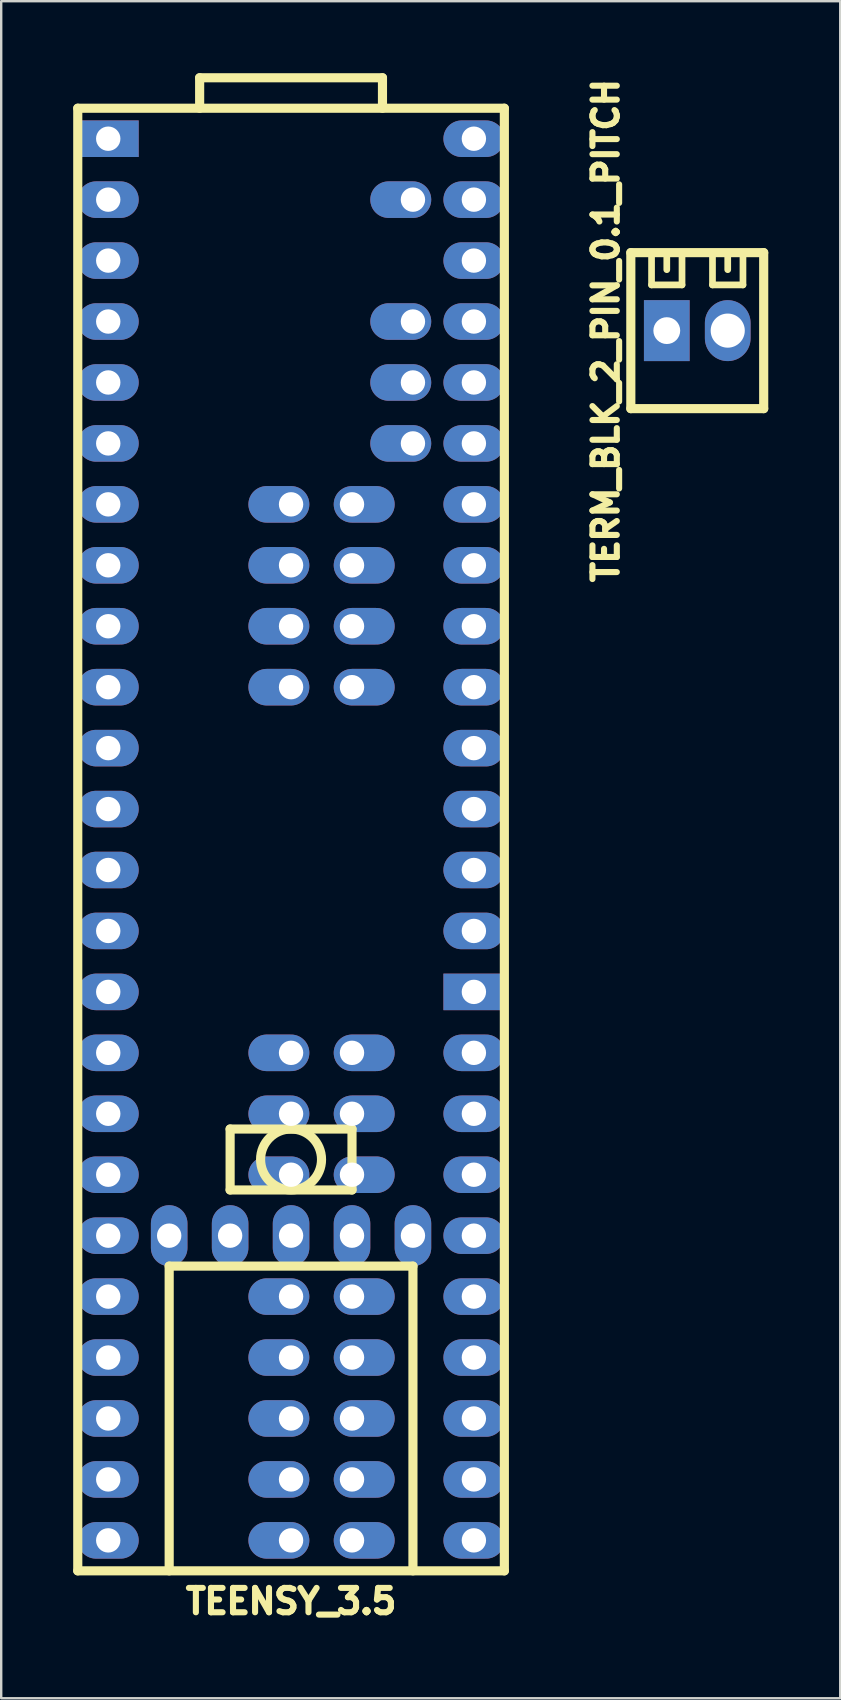
<source format=kicad_pcb>
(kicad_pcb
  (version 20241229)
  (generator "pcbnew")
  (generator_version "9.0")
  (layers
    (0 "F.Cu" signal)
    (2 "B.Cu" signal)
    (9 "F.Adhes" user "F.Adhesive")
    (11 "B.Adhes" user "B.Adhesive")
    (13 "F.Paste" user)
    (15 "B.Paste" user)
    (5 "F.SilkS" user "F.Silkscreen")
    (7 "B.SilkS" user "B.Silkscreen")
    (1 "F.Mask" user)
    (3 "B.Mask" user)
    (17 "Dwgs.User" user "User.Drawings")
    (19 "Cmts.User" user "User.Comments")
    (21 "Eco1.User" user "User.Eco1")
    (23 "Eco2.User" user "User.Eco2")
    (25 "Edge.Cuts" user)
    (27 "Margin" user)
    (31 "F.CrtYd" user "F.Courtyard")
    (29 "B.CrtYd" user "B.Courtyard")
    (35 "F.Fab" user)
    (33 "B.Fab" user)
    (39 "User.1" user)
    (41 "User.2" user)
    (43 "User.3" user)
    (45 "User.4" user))
  (footprint "TERM_BLK_2_PIN_0.1_PITCH"
    (layer "F.Cu")
    (at 26.011 10.73)
    (property "Reference" "TERM_BLK_2_PIN_0.1_PITCH" (at -3.81 0 90) (layer "F.SilkS") (effects (font (size 1.016 1.016) (thickness 0.254))))
    (attr through_hole)
    (fp_line (start -2.769 -3.251) (end -2.769 3.251) (stroke (width 0.381) (type solid)) (layer "F.SilkS"))
    (fp_line (start -2.769 -3.251) (end 2.769 -3.251) (stroke (width 0.381) (type solid)) (layer "F.SilkS"))
    (fp_line (start -2.769 3.251) (end 2.769 3.251) (stroke (width 0.381) (type solid)) (layer "F.SilkS"))
    (fp_line (start -1.905 -3.175) (end -1.905 -1.905) (stroke (width 0.279) (type solid)) (layer "F.SilkS"))
    (fp_line (start -1.905 -1.905) (end -0.635 -1.905) (stroke (width 0.279) (type solid)) (layer "F.SilkS"))
    (fp_line (start -1.27 -2.54) (end -1.27 -3.175) (stroke (width 0.279) (type solid)) (layer "F.SilkS"))
    (fp_line (start -0.635 -1.905) (end -0.635 -3.175) (stroke (width 0.279) (type solid)) (layer "F.SilkS"))
    (fp_line (start 0.635 -3.175) (end 0.635 -1.905) (stroke (width 0.279) (type solid)) (layer "F.SilkS"))
    (fp_line (start 0.635 -1.905) (end 1.905 -1.905) (stroke (width 0.279) (type solid)) (layer "F.SilkS"))
    (fp_line (start 1.27 -2.54) (end 1.27 -3.175) (stroke (width 0.279) (type solid)) (layer "F.SilkS"))
    (fp_line (start 1.905 -1.905) (end 1.905 -3.175) (stroke (width 0.279) (type solid)) (layer "F.SilkS"))
    (fp_line (start 2.769 -3.251) (end 2.769 3.251) (stroke (width 0.381) (type solid)) (layer "F.SilkS"))
    (pad "1" thru_hole rect (at -1.27 0) (size 1.905 2.54) (drill 1.118) (layers "*.Cu" "*.Mask"))
    (pad "2" thru_hole oval (at 1.27 0) (size 1.905 2.54) (drill 1.422) (layers "*.Cu" "*.Mask")))
  (footprint "TEENSY_3.5"
    (layer "F.Cu")
    (at 9.081 19.241)
    (property "Reference" "TEENSY_3.5" (at 0 44.45 0) (layer "F.SilkS") (effects (font (size 1.016 1.016) (thickness 0.254))))
    (attr through_hole)
    (fp_line (start -8.89 -17.78) (end -8.89 43.18) (stroke (width 0.381) (type solid)) (layer "F.SilkS"))
    (fp_line (start -8.89 43.18) (end 8.89 43.18) (stroke (width 0.381) (type solid)) (layer "F.SilkS"))
    (fp_line (start -5.08 30.48) (end 5.08 30.48) (stroke (width 0.381) (type solid)) (layer "F.SilkS"))
    (fp_line (start -5.08 43.18) (end -5.08 30.48) (stroke (width 0.381) (type solid)) (layer "F.SilkS"))
    (fp_line (start -3.81 -19.05) (end 3.81 -19.05) (stroke (width 0.381) (type solid)) (layer "F.SilkS"))
    (fp_line (start -3.81 -17.78) (end -3.81 -19.05) (stroke (width 0.381) (type solid)) (layer "F.SilkS"))
    (fp_line (start -2.54 24.765) (end -2.54 27.305) (stroke (width 0.381) (type solid)) (layer "F.SilkS"))
    (fp_line (start -2.54 27.305) (end 2.54 27.305) (stroke (width 0.381) (type solid)) (layer "F.SilkS"))
    (fp_line (start 2.54 24.765) (end -2.54 24.765) (stroke (width 0.381) (type solid)) (layer "F.SilkS"))
    (fp_line (start 2.54 27.305) (end 2.54 24.765) (stroke (width 0.381) (type solid)) (layer "F.SilkS"))
    (fp_line (start 3.81 -19.05) (end 3.81 -17.78) (stroke (width 0.381) (type solid)) (layer "F.SilkS"))
    (fp_line (start 5.08 30.48) (end 5.08 43.18) (stroke (width 0.381) (type solid)) (layer "F.SilkS"))
    (fp_line (start 8.89 -17.78) (end -8.89 -17.78) (stroke (width 0.381) (type solid)) (layer "F.SilkS"))
    (fp_line (start 8.89 -17.78) (end 8.89 43.18) (stroke (width 0.381) (type solid)) (layer "F.SilkS"))
    (fp_circle (center 0 26.035) (end 0 24.765) (stroke (width 0.381) (type solid)) (fill no) (layer "F.SilkS"))
    (pad "" thru_hole oval (at -7.62 19.05) (size 2.54 1.524) (drill 1.016) (layers "*.Cu" "*.Mask"))
    (pad "" thru_hole oval (at -5.08 29.21) (size 1.524 2.54) (drill 1.016) (layers "*.Cu" "*.Mask"))
    (pad "" thru_hole oval (at -2.54 29.21) (size 1.524 2.54) (drill 1.016) (layers "*.Cu" "*.Mask"))
    (pad "" thru_hole oval (at 0 -1.27) (size 2.54 1.524) (drill 1.016 (offset -0.508 0)) (layers "*.Cu" "*.Mask"))
    (pad "" thru_hole oval (at 0 1.27) (size 2.54 1.524) (drill 1.016 (offset -0.508 0)) (layers "*.Cu" "*.Mask"))
    (pad "" thru_hole oval (at 0 3.81) (size 2.54 1.524) (drill 1.016 (offset -0.508 0)) (layers "*.Cu" "*.Mask"))
    (pad "" thru_hole oval (at 0 6.35) (size 2.54 1.524) (drill 1.016 (offset -0.508 0)) (layers "*.Cu" "*.Mask"))
    (pad "" thru_hole oval (at 0 29.21) (size 1.524 2.54) (drill 1.016) (layers "*.Cu" "*.Mask"))
    (pad "" thru_hole oval (at 0 41.91) (size 2.54 1.524) (drill 1.016 (offset -0.508 0)) (layers "*.Cu" "*.Mask"))
    (pad "" thru_hole oval (at 2.54 41.91) (size 2.54 1.524) (drill 1.016 (offset 0.508 0)) (layers "*.Cu" "*.Mask"))
    (pad "" thru_hole rect (at 7.62 19.05) (size 2.54 1.524) (drill 1.016) (layers "*.Cu" "*.Mask"))
    (pad "0" thru_hole oval (at -7.62 -13.97) (size 2.54 1.524) (drill 1.016) (layers "*.Cu" "*.Mask"))
    (pad "1" thru_hole oval (at -7.62 -11.43) (size 2.54 1.524) (drill 1.016) (layers "*.Cu" "*.Mask"))
    (pad "2" thru_hole oval (at -7.62 -8.89) (size 2.54 1.524) (drill 1.016) (layers "*.Cu" "*.Mask"))
    (pad "3" thru_hole oval (at -7.62 -6.35) (size 2.54 1.524) (drill 1.016) (layers "*.Cu" "*.Mask"))
    (pad "3V3" thru_hole oval (at 7.62 -11.43) (size 2.54 1.524) (drill 1.016) (layers "*.Cu" "*.Mask"))
    (pad "4" thru_hole oval (at -7.62 -3.81) (size 2.54 1.524) (drill 1.016) (layers "*.Cu" "*.Mask"))
    (pad "5" thru_hole oval (at -7.62 -1.27) (size 2.54 1.524) (drill 1.016) (layers "*.Cu" "*.Mask"))
    (pad "6" thru_hole oval (at -7.62 1.27) (size 2.54 1.524) (drill 1.016) (layers "*.Cu" "*.Mask"))
    (pad "7" thru_hole oval (at -7.62 3.81) (size 2.54 1.524) (drill 1.016) (layers "*.Cu" "*.Mask"))
    (pad "8" thru_hole oval (at -7.62 6.35) (size 2.54 1.524) (drill 1.016) (layers "*.Cu" "*.Mask"))
    (pad "9" thru_hole oval (at -7.62 8.89) (size 2.54 1.524) (drill 1.016) (layers "*.Cu" "*.Mask"))
    (pad "10" thru_hole oval (at -7.62 11.43) (size 2.54 1.524) (drill 1.016) (layers "*.Cu" "*.Mask"))
    (pad "11" thru_hole oval (at -7.62 13.97) (size 2.54 1.524) (drill 1.016) (layers "*.Cu" "*.Mask"))
    (pad "12" thru_hole oval (at -7.62 16.51) (size 2.54 1.524) (drill 1.016) (layers "*.Cu" "*.Mask"))
    (pad "13" thru_hole oval (at 7.62 16.51) (size 2.54 1.524) (drill 1.016) (layers "*.Cu" "*.Mask"))
    (pad "14" thru_hole oval (at 7.62 13.97) (size 2.54 1.524) (drill 1.016) (layers "*.Cu" "*.Mask"))
    (pad "15" thru_hole oval (at 7.62 11.43) (size 2.54 1.524) (drill 1.016) (layers "*.Cu" "*.Mask"))
    (pad "16" thru_hole oval (at 7.62 8.89) (size 2.54 1.524) (drill 1.016) (layers "*.Cu" "*.Mask"))
    (pad "17" thru_hole oval (at 7.62 6.35) (size 2.54 1.524) (drill 1.016) (layers "*.Cu" "*.Mask"))
    (pad "18" thru_hole oval (at 7.62 3.81) (size 2.54 1.524) (drill 1.016) (layers "*.Cu" "*.Mask"))
    (pad "19" thru_hole oval (at 7.62 1.27) (size 2.54 1.524) (drill 1.016) (layers "*.Cu" "*.Mask"))
    (pad "20" thru_hole oval (at 7.62 -1.27) (size 2.54 1.524) (drill 1.016) (layers "*.Cu" "*.Mask"))
    (pad "21" thru_hole oval (at 7.62 -3.81) (size 2.54 1.524) (drill 1.016) (layers "*.Cu" "*.Mask"))
    (pad "22" thru_hole oval (at 7.62 -6.35) (size 2.54 1.524) (drill 1.016) (layers "*.Cu" "*.Mask"))
    (pad "23" thru_hole oval (at 7.62 -8.89) (size 2.54 1.524) (drill 1.016) (layers "*.Cu" "*.Mask"))
    (pad "24" thru_hole oval (at -7.62 21.59) (size 2.54 1.524) (drill 1.016) (layers "*.Cu" "*.Mask"))
    (pad "25" thru_hole oval (at -7.62 24.13) (size 2.54 1.524) (drill 1.016) (layers "*.Cu" "*.Mask"))
    (pad "26" thru_hole oval (at -7.62 26.67) (size 2.54 1.524) (drill 1.016) (layers "*.Cu" "*.Mask"))
    (pad "27" thru_hole oval (at -7.62 29.21) (size 2.54 1.524) (drill 1.016) (layers "*.Cu" "*.Mask"))
    (pad "28" thru_hole oval (at -7.62 31.75) (size 2.54 1.524) (drill 1.016) (layers "*.Cu" "*.Mask"))
    (pad "29" thru_hole oval (at -7.62 34.29) (size 2.54 1.524) (drill 1.016) (layers "*.Cu" "*.Mask"))
    (pad "30" thru_hole oval (at -7.62 36.83) (size 2.54 1.524) (drill 1.016) (layers "*.Cu" "*.Mask"))
    (pad "31" thru_hole oval (at -7.62 39.37) (size 2.54 1.524) (drill 1.016) (layers "*.Cu" "*.Mask"))
    (pad "32" thru_hole oval (at -7.62 41.91) (size 2.54 1.524) (drill 1.016) (layers "*.Cu" "*.Mask"))
    (pad "33" thru_hole oval (at 7.62 41.91) (size 2.54 1.524) (drill 1.016) (layers "*.Cu" "*.Mask"))
    (pad "34" thru_hole oval (at 7.62 39.37) (size 2.54 1.524) (drill 1.016) (layers "*.Cu" "*.Mask"))
    (pad "35" thru_hole oval (at 7.62 36.83) (size 2.54 1.524) (drill 1.016) (layers "*.Cu" "*.Mask"))
    (pad "36" thru_hole oval (at 7.62 34.29) (size 2.54 1.524) (drill 1.016) (layers "*.Cu" "*.Mask"))
    (pad "37" thru_hole oval (at 7.62 31.75) (size 2.54 1.524) (drill 1.016) (layers "*.Cu" "*.Mask"))
    (pad "38" thru_hole oval (at 7.62 29.21) (size 2.54 1.524) (drill 1.016) (layers "*.Cu" "*.Mask"))
    (pad "39" thru_hole oval (at 7.62 26.67) (size 2.54 1.524) (drill 1.016) (layers "*.Cu" "*.Mask"))
    (pad "40" thru_hole oval (at 0 21.59) (size 2.54 1.524) (drill 1.016 (offset -0.508 0)) (layers "*.Cu" "*.Mask"))
    (pad "41" thru_hole oval (at 0 24.13) (size 2.54 1.524) (drill 1.016 (offset -0.508 0)) (layers "*.Cu" "*.Mask"))
    (pad "42" thru_hole oval (at 0 26.67) (size 2.54 1.524) (drill 1.016 (offset -0.508 0)) (layers "*.Cu" "*.Mask"))
    (pad "43" thru_hole oval (at 0 31.75) (size 2.54 1.524) (drill 1.016 (offset -0.508 0)) (layers "*.Cu" "*.Mask"))
    (pad "44" thru_hole oval (at 0 34.29) (size 2.54 1.524) (drill 1.016 (offset -0.508 0)) (layers "*.Cu" "*.Mask"))
    (pad "45" thru_hole oval (at 0 36.83) (size 2.54 1.524) (drill 1.016 (offset -0.508 0)) (layers "*.Cu" "*.Mask"))
    (pad "46" thru_hole oval (at 0 39.37) (size 2.54 1.524) (drill 1.016 (offset -0.508 0)) (layers "*.Cu" "*.Mask"))
    (pad "47" thru_hole oval (at 2.54 39.37) (size 2.54 1.524) (drill 1.016 (offset 0.508 0)) (layers "*.Cu" "*.Mask"))
    (pad "48" thru_hole oval (at 2.54 36.83) (size 2.54 1.524) (drill 1.016 (offset 0.508 0)) (layers "*.Cu" "*.Mask"))
    (pad "49" thru_hole oval (at 2.54 34.29) (size 2.54 1.524) (drill 1.016 (offset 0.508 0)) (layers "*.Cu" "*.Mask"))
    (pad "50" thru_hole oval (at 2.54 31.75) (size 2.54 1.524) (drill 1.016 (offset 0.508 0)) (layers "*.Cu" "*.Mask"))
    (pad "51" thru_hole oval (at 2.54 26.67) (size 2.54 1.524) (drill 1.016 (offset 0.508 0)) (layers "*.Cu" "*.Mask"))
    (pad "52" thru_hole oval (at 2.54 24.13) (size 2.54 1.524) (drill 1.016 (offset 0.508 0)) (layers "*.Cu" "*.Mask"))
    (pad "53" thru_hole oval (at 2.54 21.59) (size 2.54 1.524) (drill 1.016 (offset 0.508 0)) (layers "*.Cu" "*.Mask"))
    (pad "54" thru_hole oval (at 2.54 6.35) (size 2.54 1.524) (drill 1.016 (offset 0.508 0)) (layers "*.Cu" "*.Mask"))
    (pad "55" thru_hole oval (at 2.54 3.81) (size 2.54 1.524) (drill 1.016 (offset 0.508 0)) (layers "*.Cu" "*.Mask"))
    (pad "56" thru_hole oval (at 2.54 1.27) (size 2.54 1.524) (drill 1.016 (offset 0.508 0)) (layers "*.Cu" "*.Mask"))
    (pad "57" thru_hole oval (at 2.54 -1.27) (size 2.54 1.524) (drill 1.016 (offset 0.508 0)) (layers "*.Cu" "*.Mask"))
    (pad "A10" thru_hole oval (at 5.08 -6.35) (size 2.54 1.524) (drill 1.016 (offset -0.508 0)) (layers "*.Cu" "*.Mask"))
    (pad "A11" thru_hole oval (at 5.08 -3.81) (size 2.54 1.524) (drill 1.016 (offset -0.508 0)) (layers "*.Cu" "*.Mask"))
    (pad "A21" thru_hole oval (at 7.62 24.13) (size 2.54 1.524) (drill 1.016) (layers "*.Cu" "*.Mask"))
    (pad "A22" thru_hole oval (at 7.62 21.59) (size 2.54 1.524) (drill 1.016) (layers "*.Cu" "*.Mask"))
    (pad "AGND" thru_hole oval (at 7.62 -13.97) (size 2.54 1.524) (drill 1.016) (layers "*.Cu" "*.Mask"))
    (pad "AREF" thru_hole oval (at 5.08 -8.89) (size 2.54 1.524) (drill 1.016 (offset -0.508 0)) (layers "*.Cu" "*.Mask"))
    (pad "GND" thru_hole rect (at -7.62 -16.51) (size 2.54 1.524) (drill 1.016) (layers "*.Cu" "*.Mask"))
    (pad "PROG" thru_hole oval (at 2.54 29.21) (size 1.524 2.54) (drill 1.016) (layers "*.Cu" "*.Mask"))
    (pad "RSET" thru_hole oval (at 5.08 29.21) (size 1.524 2.54) (drill 1.016) (layers "*.Cu" "*.Mask"))
    (pad "V_IN" thru_hole oval (at 7.62 -16.51) (size 2.54 1.524) (drill 1.016) (layers "*.Cu" "*.Mask"))
    (pad "V_U" thru_hole oval (at 5.08 -13.97) (size 2.54 1.524) (drill 1.016 (offset -0.508 0)) (layers "*.Cu" "*.Mask")))
  (gr_rect
    (start -3 -3)
    (end 31.97 67.731)
    (stroke (width 0.1) (type default))
    (fill no)
    (layer "Edge.Cuts")))
</source>
